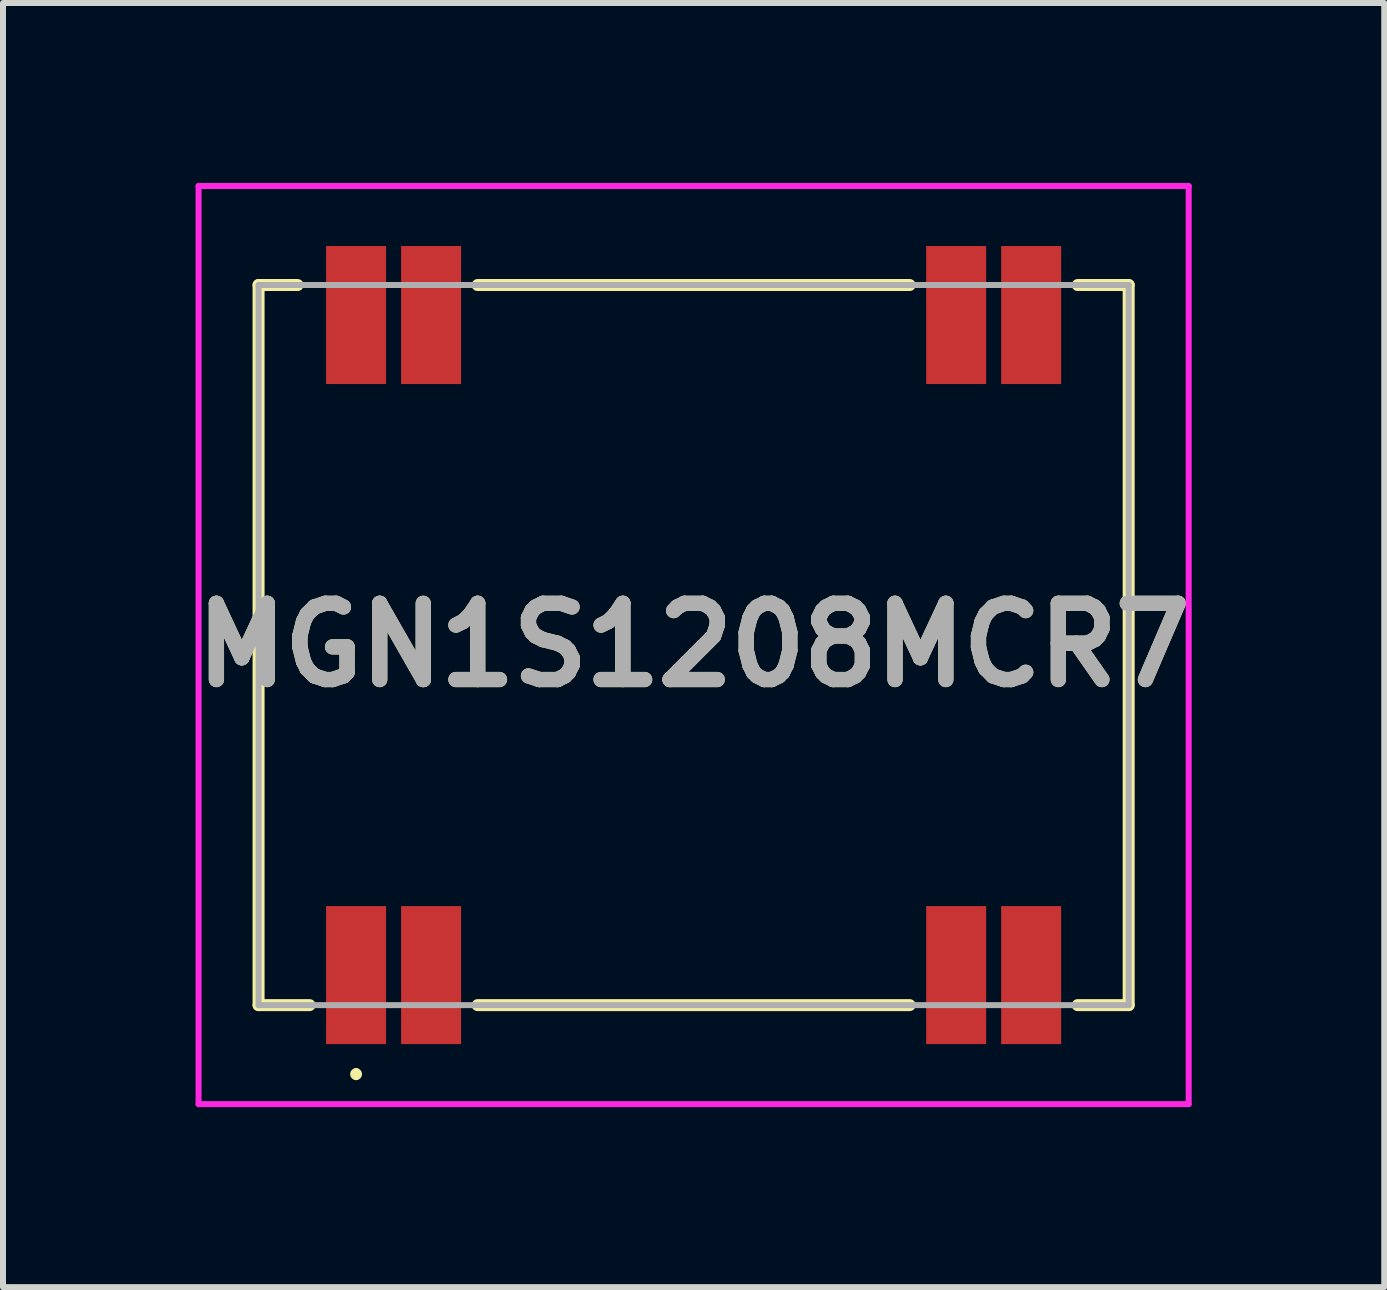
<source format=kicad_pcb>
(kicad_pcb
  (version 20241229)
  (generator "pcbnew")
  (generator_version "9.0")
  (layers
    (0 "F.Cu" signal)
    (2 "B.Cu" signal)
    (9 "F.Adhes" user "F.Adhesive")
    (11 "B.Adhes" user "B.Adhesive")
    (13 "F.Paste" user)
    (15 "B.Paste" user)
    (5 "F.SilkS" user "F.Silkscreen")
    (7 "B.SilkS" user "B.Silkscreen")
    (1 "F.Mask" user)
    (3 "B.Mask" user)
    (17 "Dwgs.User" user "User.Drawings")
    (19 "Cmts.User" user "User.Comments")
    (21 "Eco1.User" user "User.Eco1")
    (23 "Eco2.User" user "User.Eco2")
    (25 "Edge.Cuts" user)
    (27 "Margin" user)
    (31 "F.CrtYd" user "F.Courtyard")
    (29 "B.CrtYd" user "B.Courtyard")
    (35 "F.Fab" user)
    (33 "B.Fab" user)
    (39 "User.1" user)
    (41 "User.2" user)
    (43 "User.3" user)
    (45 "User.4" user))
  (footprint "MGN1S1208MCR7"
    (layer "F.Cu")
    (at 8.509 7.7)
    (property "Reference" "MGN1S1208MCR7" (at 0 0 0) (layer "F.SilkS") (effects (font (size 1.27 1.27) (thickness 0.254))))
    (attr smd)
    (fp_line (start -7.25 -6) (end -7.25 6) (stroke (width 0.2) (type solid)) (layer "F.SilkS"))
    (fp_line (start -7.25 6) (end -6.4 6) (stroke (width 0.2) (type solid)) (layer "F.SilkS"))
    (fp_line (start -6.6 -6) (end -7.25 -6) (stroke (width 0.2) (type solid)) (layer "F.SilkS"))
    (fp_line (start -5.625 7.1) (end -5.625 7.1) (stroke (width 0.1) (type solid)) (layer "F.SilkS"))
    (fp_line (start -5.625 7.2) (end -5.625 7.2) (stroke (width 0.1) (type solid)) (layer "F.SilkS"))
    (fp_line (start -3.6 -6) (end 3.6 -6) (stroke (width 0.2) (type solid)) (layer "F.SilkS"))
    (fp_line (start -3.6 6) (end 3.6 6) (stroke (width 0.2) (type solid)) (layer "F.SilkS"))
    (fp_line (start 6.4 6) (end 7.25 6) (stroke (width 0.2) (type solid)) (layer "F.SilkS"))
    (fp_line (start 7.25 -6) (end 6.4 -6) (stroke (width 0.2) (type solid)) (layer "F.SilkS"))
    (fp_line (start 7.25 6) (end 7.25 -6) (stroke (width 0.2) (type solid)) (layer "F.SilkS"))
    (fp_arc (start -5.625 7.1) (mid -5.575 7.15) (end -5.625 7.2) (stroke (width 0.1) (type solid)) (layer "F.SilkS"))
    (fp_arc (start -5.625 7.2) (mid -5.675 7.15) (end -5.625 7.1) (stroke (width 0.1) (type solid)) (layer "F.SilkS"))
    (fp_line (start -8.25 -7.65) (end 8.25 -7.65) (stroke (width 0.1) (type solid)) (layer "F.CrtYd"))
    (fp_line (start -8.25 7.65) (end -8.25 -7.65) (stroke (width 0.1) (type solid)) (layer "F.CrtYd"))
    (fp_line (start 8.25 -7.65) (end 8.25 7.65) (stroke (width 0.1) (type solid)) (layer "F.CrtYd"))
    (fp_line (start 8.25 7.65) (end -8.25 7.65) (stroke (width 0.1) (type solid)) (layer "F.CrtYd"))
    (fp_line (start -7.25 -6) (end -7.25 6) (stroke (width 0.1) (type solid)) (layer "F.Fab"))
    (fp_line (start -7.25 6) (end 7.25 6) (stroke (width 0.1) (type solid)) (layer "F.Fab"))
    (fp_line (start 7.25 -6) (end -7.25 -6) (stroke (width 0.1) (type solid)) (layer "F.Fab"))
    (fp_line (start 7.25 6) (end 7.25 -6) (stroke (width 0.1) (type solid)) (layer "F.Fab"))
    (fp_text user "${REFERENCE}" (at 0 0 0) (layer "F.Fab") (effects (font (size 1.27 1.27) (thickness 0.254))))
    (pad "1" smd rect (at -5.625 5.5) (size 1 2.3) (layers "F.Cu" "F.Mask" "F.Paste"))
    (pad "2" smd rect (at -4.375 5.5) (size 1 2.3) (layers "F.Cu" "F.Mask" "F.Paste"))
    (pad "9" smd rect (at 4.375 5.5) (size 1 2.3) (layers "F.Cu" "F.Mask" "F.Paste"))
    (pad "10" smd rect (at 5.625 5.5) (size 1 2.3) (layers "F.Cu" "F.Mask" "F.Paste"))
    (pad "11" smd rect (at 5.625 -5.5) (size 1 2.3) (layers "F.Cu" "F.Mask" "F.Paste"))
    (pad "12" smd rect (at 4.375 -5.5) (size 1 2.3) (layers "F.Cu" "F.Mask" "F.Paste"))
    (pad "19" smd rect (at -4.375 -5.5) (size 1 2.3) (layers "F.Cu" "F.Mask" "F.Paste"))
    (pad "20" smd rect (at -5.625 -5.5) (size 1 2.3) (layers "F.Cu" "F.Mask" "F.Paste")))
  (gr_rect
    (start -3 -3)
    (end 20.018 18.4)
    (stroke (width 0.1) (type default))
    (fill no)
    (layer "Edge.Cuts")))
</source>
